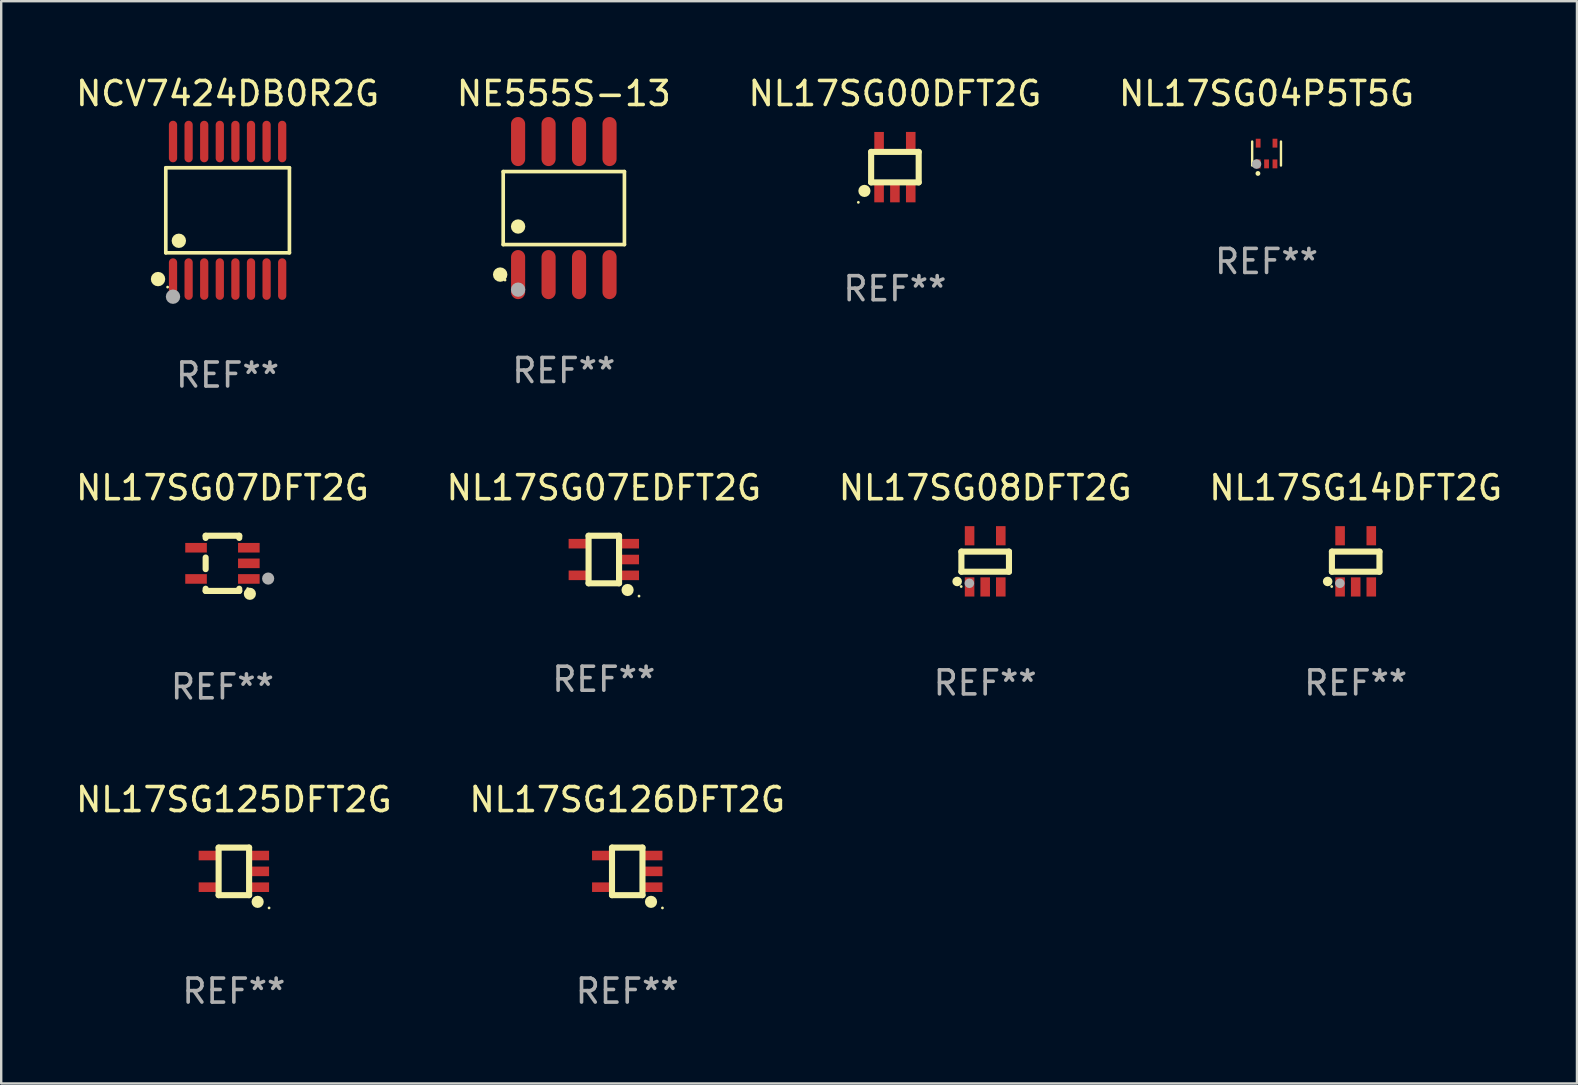
<source format=kicad_pcb>
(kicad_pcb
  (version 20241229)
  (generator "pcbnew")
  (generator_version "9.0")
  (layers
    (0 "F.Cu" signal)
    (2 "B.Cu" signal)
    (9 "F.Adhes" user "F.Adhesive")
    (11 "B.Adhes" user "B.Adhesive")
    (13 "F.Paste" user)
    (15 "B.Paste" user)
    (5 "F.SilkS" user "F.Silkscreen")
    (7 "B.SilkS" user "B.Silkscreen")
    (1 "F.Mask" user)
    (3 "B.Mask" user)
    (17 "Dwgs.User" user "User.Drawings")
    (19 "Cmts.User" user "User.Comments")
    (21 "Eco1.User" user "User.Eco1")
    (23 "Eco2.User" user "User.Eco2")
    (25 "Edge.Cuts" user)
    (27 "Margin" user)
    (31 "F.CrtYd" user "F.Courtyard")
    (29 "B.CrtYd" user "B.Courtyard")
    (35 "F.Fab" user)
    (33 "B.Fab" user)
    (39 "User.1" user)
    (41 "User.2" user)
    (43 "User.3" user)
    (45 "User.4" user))
  (footprint "NL17SG07EDFT2G"
    (layer "F.Cu")
    (at 22.113 20.267)
    (property "Reference" "NL17SG07EDFT2G" (at 0 -2.991 0) (layer "F.SilkS") (effects (font (size 1 1) (thickness 0.15))))
    (attr through_hole)
    (fp_line (start -0.635 -0.991) (end 0.635 -0.991) (stroke (width 0.254) (type solid)) (layer "F.SilkS"))
    (fp_line (start -0.635 0.991) (end -0.635 -0.991) (stroke (width 0.254) (type solid)) (layer "F.SilkS"))
    (fp_line (start 0.635 -0.991) (end 0.635 0.991) (stroke (width 0.254) (type solid)) (layer "F.SilkS"))
    (fp_line (start 0.635 0.991) (end -0.635 0.991) (stroke (width 0.254) (type solid)) (layer "F.SilkS"))
    (fp_circle (center 0.991 1.27) (end 1.118 1.27) (stroke (width 0.254) (type solid)) (fill no) (layer "F.SilkS"))
    (fp_circle (center 1.467 1.524) (end 1.497 1.524) (stroke (width 0.06) (type solid)) (fill no) (layer "F.SilkS"))
    (fp_text user "REF**" (at 0 4.991 0) (layer "F.Fab") (effects (font (size 1 1) (thickness 0.15))))
    (pad "1" smd rect (at 1.067 0.66 180) (size 0.8 0.399) (layers "F.Cu" "F.Mask" "F.Paste"))
    (pad "2" smd rect (at 1.067 0 180) (size 0.8 0.399) (layers "F.Cu" "F.Mask" "F.Paste"))
    (pad "3" smd rect (at 1.067 -0.66 180) (size 0.8 0.399) (layers "F.Cu" "F.Mask" "F.Paste"))
    (pad "4" smd rect (at -1.067 -0.66 180) (size 0.8 0.399) (layers "F.Cu" "F.Mask" "F.Paste"))
    (pad "5" smd rect (at -1.066 0.659 180) (size 0.8 0.399) (layers "F.Cu" "F.Mask" "F.Paste")))
  (footprint "NE555S-13"
    (layer "F.Cu")
    (at 20.446 5.621)
    (property "Reference" "NE555S-13" (at 0 -4.772 0) (layer "F.SilkS") (effects (font (size 1 1) (thickness 0.15))))
    (attr through_hole)
    (fp_line (start -2.526 -1.521) (end 2.526 -1.521) (stroke (width 0.152) (type solid)) (layer "F.SilkS"))
    (fp_line (start -2.526 1.521) (end -2.526 -1.521) (stroke (width 0.152) (type solid)) (layer "F.SilkS"))
    (fp_line (start 2.526 -1.521) (end 2.526 1.521) (stroke (width 0.152) (type solid)) (layer "F.SilkS"))
    (fp_line (start 2.526 1.521) (end -2.526 1.521) (stroke (width 0.152) (type solid)) (layer "F.SilkS"))
    (fp_circle (center -2.652 2.772) (end -2.501 2.772) (stroke (width 0.3) (type solid)) (fill no) (layer "F.SilkS"))
    (fp_circle (center -2.45 3) (end -2.42 3) (stroke (width 0.06) (type solid)) (fill no) (layer "F.SilkS"))
    (fp_circle (center -1.905 0.769) (end -1.755 0.769) (stroke (width 0.3) (type solid)) (fill no) (layer "F.SilkS"))
    (fp_circle (center -1.905 3.4) (end -1.755 3.4) (stroke (width 0.3) (type solid)) (fill no) (layer "F.Fab"))
    (fp_text user "REF**" (at 0 6.772 0) (layer "F.Fab") (effects (font (size 1 1) (thickness 0.15))))
    (pad "1" smd oval (at -1.905 2.772) (size 0.588 2.045) (layers "F.Cu" "F.Mask" "F.Paste"))
    (pad "2" smd oval (at -0.635 2.772) (size 0.588 2.045) (layers "F.Cu" "F.Mask" "F.Paste"))
    (pad "3" smd oval (at 0.635 2.772) (size 0.588 2.045) (layers "F.Cu" "F.Mask" "F.Paste"))
    (pad "4" smd oval (at 1.905 2.772) (size 0.588 2.045) (layers "F.Cu" "F.Mask" "F.Paste"))
    (pad "5" smd oval (at 1.905 -2.772) (size 0.588 2.045) (layers "F.Cu" "F.Mask" "F.Paste"))
    (pad "6" smd oval (at 0.635 -2.772) (size 0.588 2.045) (layers "F.Cu" "F.Mask" "F.Paste"))
    (pad "7" smd oval (at -0.635 -2.772) (size 0.588 2.045) (layers "F.Cu" "F.Mask" "F.Paste"))
    (pad "8" smd oval (at -1.905 -2.772) (size 0.588 2.045) (layers "F.Cu" "F.Mask" "F.Paste")))
  (footprint "NCV7424DB0R2G"
    (layer "F.Cu")
    (at 6.435 5.714)
    (property "Reference" "NCV7424DB0R2G" (at 0 -4.866 0) (layer "F.SilkS") (effects (font (size 1 1) (thickness 0.15))))
    (attr through_hole)
    (fp_line (start -2.576 -1.772) (end 2.576 -1.772) (stroke (width 0.152) (type solid)) (layer "F.SilkS"))
    (fp_line (start -2.576 1.771) (end -2.576 -1.772) (stroke (width 0.152) (type solid)) (layer "F.SilkS"))
    (fp_line (start 2.576 -1.772) (end 2.576 1.771) (stroke (width 0.152) (type solid)) (layer "F.SilkS"))
    (fp_line (start 2.576 1.771) (end -2.576 1.771) (stroke (width 0.152) (type solid)) (layer "F.SilkS"))
    (fp_circle (center -2.899 2.866) (end -2.749 2.866) (stroke (width 0.3) (type solid)) (fill no) (layer "F.SilkS"))
    (fp_circle (center -2.5 3.2) (end -2.47 3.2) (stroke (width 0.06) (type solid)) (fill no) (layer "F.SilkS"))
    (fp_circle (center -2.032 1.27) (end -1.882 1.27) (stroke (width 0.3) (type solid)) (fill no) (layer "F.SilkS"))
    (fp_circle (center -2.275 3.6) (end -2.125 3.6) (stroke (width 0.3) (type solid)) (fill no) (layer "F.Fab"))
    (fp_text user "REF**" (at 0 6.866 0) (layer "F.Fab") (effects (font (size 1 1) (thickness 0.15))))
    (pad "1" smd oval (at -2.275 2.866) (size 0.343 1.731) (layers "F.Cu" "F.Mask" "F.Paste"))
    (pad "2" smd oval (at -1.625 2.866) (size 0.343 1.731) (layers "F.Cu" "F.Mask" "F.Paste"))
    (pad "3" smd oval (at -0.975 2.866) (size 0.343 1.731) (layers "F.Cu" "F.Mask" "F.Paste"))
    (pad "4" smd oval (at -0.325 2.866) (size 0.343 1.731) (layers "F.Cu" "F.Mask" "F.Paste"))
    (pad "5" smd oval (at 0.325 2.866) (size 0.343 1.731) (layers "F.Cu" "F.Mask" "F.Paste"))
    (pad "6" smd oval (at 0.975 2.866) (size 0.343 1.731) (layers "F.Cu" "F.Mask" "F.Paste"))
    (pad "7" smd oval (at 1.625 2.866) (size 0.343 1.731) (layers "F.Cu" "F.Mask" "F.Paste"))
    (pad "8" smd oval (at 2.275 2.866) (size 0.343 1.731) (layers "F.Cu" "F.Mask" "F.Paste"))
    (pad "9" smd oval (at 2.275 -2.866) (size 0.343 1.731) (layers "F.Cu" "F.Mask" "F.Paste"))
    (pad "10" smd oval (at 1.625 -2.866) (size 0.343 1.731) (layers "F.Cu" "F.Mask" "F.Paste"))
    (pad "11" smd oval (at 0.975 -2.866) (size 0.343 1.731) (layers "F.Cu" "F.Mask" "F.Paste"))
    (pad "12" smd oval (at 0.325 -2.866) (size 0.343 1.731) (layers "F.Cu" "F.Mask" "F.Paste"))
    (pad "13" smd oval (at -0.325 -2.866) (size 0.343 1.731) (layers "F.Cu" "F.Mask" "F.Paste"))
    (pad "14" smd oval (at -0.975 -2.866) (size 0.343 1.731) (layers "F.Cu" "F.Mask" "F.Paste"))
    (pad "15" smd oval (at -1.625 -2.866) (size 0.343 1.731) (layers "F.Cu" "F.Mask" "F.Paste"))
    (pad "16" smd oval (at -2.275 -2.866) (size 0.343 1.731) (layers "F.Cu" "F.Mask" "F.Paste")))
  (footprint "NL17SG04P5T5G"
    (layer "F.Cu")
    (at 49.732 3.348)
    (property "Reference" "NL17SG04P5T5G" (at 0 -2.5 0) (layer "F.SilkS") (effects (font (size 1 1) (thickness 0.15))))
    (attr through_hole)
    (fp_line (start -0.6 -0.5) (end -0.6 0.5) (stroke (width 0.1) (type solid)) (layer "F.SilkS"))
    (fp_line (start 0.6 -0.5) (end 0.6 0.5) (stroke (width 0.1) (type solid)) (layer "F.SilkS"))
    (fp_circle (center -0.5 0.494) (end -0.47 0.494) (stroke (width 0.06) (type solid)) (fill no) (layer "F.SilkS"))
    (fp_circle (center -0.36 0.83) (end -0.309 0.83) (stroke (width 0.1) (type solid)) (fill no) (layer "F.SilkS"))
    (fp_circle (center -0.419 0.439) (end -0.319 0.439) (stroke (width 0.2) (type solid)) (fill no) (layer "F.Fab"))
    (fp_text user "REF**" (at 0 4.5 0) (layer "F.Fab") (effects (font (size 1 1) (thickness 0.15))))
    (pad "1" smd rect (at -0.35 0.432 180) (size 0.2 0.37) (layers "F.Cu" "F.Mask" "F.Paste"))
    (pad "2" smd rect (at 0 0.432 180) (size 0.2 0.37) (layers "F.Cu" "F.Mask" "F.Paste"))
    (pad "3" smd rect (at 0.35 0.432 180) (size 0.2 0.37) (layers "F.Cu" "F.Mask" "F.Paste"))
    (pad "4" smd rect (at 0.35 -0.432 180) (size 0.2 0.37) (layers "F.Cu" "F.Mask" "F.Paste"))
    (pad "5" smd rect (at -0.35 -0.432 180) (size 0.2 0.37) (layers "F.Cu" "F.Mask" "F.Paste")))
  (footprint "NL17SG125DFT2G"
    (layer "F.Cu")
    (at 6.696 33.263)
    (property "Reference" "NL17SG125DFT2G" (at 0 -2.991 0) (layer "F.SilkS") (effects (font (size 1 1) (thickness 0.15))))
    (attr through_hole)
    (fp_line (start -0.635 -0.991) (end 0.635 -0.991) (stroke (width 0.254) (type solid)) (layer "F.SilkS"))
    (fp_line (start -0.635 0.991) (end -0.635 -0.991) (stroke (width 0.254) (type solid)) (layer "F.SilkS"))
    (fp_line (start 0.635 -0.991) (end 0.635 0.991) (stroke (width 0.254) (type solid)) (layer "F.SilkS"))
    (fp_line (start 0.635 0.991) (end -0.635 0.991) (stroke (width 0.254) (type solid)) (layer "F.SilkS"))
    (fp_circle (center 0.991 1.27) (end 1.118 1.27) (stroke (width 0.254) (type solid)) (fill no) (layer "F.SilkS"))
    (fp_circle (center 1.467 1.524) (end 1.497 1.524) (stroke (width 0.06) (type solid)) (fill no) (layer "F.SilkS"))
    (fp_text user "REF**" (at 0 4.991 0) (layer "F.Fab") (effects (font (size 1 1) (thickness 0.15))))
    (pad "1" smd rect (at 1.067 0.66 180) (size 0.8 0.399) (layers "F.Cu" "F.Mask" "F.Paste"))
    (pad "2" smd rect (at 1.067 0 180) (size 0.8 0.399) (layers "F.Cu" "F.Mask" "F.Paste"))
    (pad "3" smd rect (at 1.067 -0.66 180) (size 0.8 0.399) (layers "F.Cu" "F.Mask" "F.Paste"))
    (pad "4" smd rect (at -1.067 -0.66 180) (size 0.8 0.399) (layers "F.Cu" "F.Mask" "F.Paste"))
    (pad "5" smd rect (at -1.066 0.659 180) (size 0.8 0.399) (layers "F.Cu" "F.Mask" "F.Paste")))
  (footprint "NL17SG126DFT2G"
    (layer "F.Cu")
    (at 23.089 33.263)
    (property "Reference" "NL17SG126DFT2G" (at 0 -2.991 0) (layer "F.SilkS") (effects (font (size 1 1) (thickness 0.15))))
    (attr through_hole)
    (fp_line (start -0.635 -0.991) (end 0.635 -0.991) (stroke (width 0.254) (type solid)) (layer "F.SilkS"))
    (fp_line (start -0.635 0.991) (end -0.635 -0.991) (stroke (width 0.254) (type solid)) (layer "F.SilkS"))
    (fp_line (start 0.635 -0.991) (end 0.635 0.991) (stroke (width 0.254) (type solid)) (layer "F.SilkS"))
    (fp_line (start 0.635 0.991) (end -0.635 0.991) (stroke (width 0.254) (type solid)) (layer "F.SilkS"))
    (fp_circle (center 0.991 1.27) (end 1.118 1.27) (stroke (width 0.254) (type solid)) (fill no) (layer "F.SilkS"))
    (fp_circle (center 1.467 1.524) (end 1.497 1.524) (stroke (width 0.06) (type solid)) (fill no) (layer "F.SilkS"))
    (fp_text user "REF**" (at 0 4.991 0) (layer "F.Fab") (effects (font (size 1 1) (thickness 0.15))))
    (pad "1" smd rect (at 1.067 0.66 180) (size 0.8 0.399) (layers "F.Cu" "F.Mask" "F.Paste"))
    (pad "2" smd rect (at 1.067 0 180) (size 0.8 0.399) (layers "F.Cu" "F.Mask" "F.Paste"))
    (pad "3" smd rect (at 1.067 -0.66 180) (size 0.8 0.399) (layers "F.Cu" "F.Mask" "F.Paste"))
    (pad "4" smd rect (at -1.067 -0.66 180) (size 0.8 0.399) (layers "F.Cu" "F.Mask" "F.Paste"))
    (pad "5" smd rect (at -1.066 0.659 180) (size 0.8 0.399) (layers "F.Cu" "F.Mask" "F.Paste")))
  (footprint "NL17SG00DFT2G"
    (layer "F.Cu")
    (at 34.244 3.915)
    (property "Reference" "NL17SG00DFT2G" (at 0 -3.067 0) (layer "F.SilkS") (effects (font (size 1 1) (thickness 0.15))))
    (attr through_hole)
    (fp_line (start -0.991 -0.635) (end 0.991 -0.635) (stroke (width 0.254) (type solid)) (layer "F.SilkS"))
    (fp_line (start -0.991 0.635) (end -0.991 -0.635) (stroke (width 0.254) (type solid)) (layer "F.SilkS"))
    (fp_line (start 0.991 -0.635) (end 0.991 0.635) (stroke (width 0.254) (type solid)) (layer "F.SilkS"))
    (fp_line (start 0.991 0.635) (end -0.991 0.635) (stroke (width 0.254) (type solid)) (layer "F.SilkS"))
    (fp_circle (center -1.524 1.467) (end -1.494 1.467) (stroke (width 0.06) (type solid)) (fill no) (layer "F.SilkS"))
    (fp_circle (center -1.27 0.991) (end -1.143 0.991) (stroke (width 0.254) (type solid)) (fill no) (layer "F.SilkS"))
    (fp_text user "REF**" (at 0 5.067 0) (layer "F.Fab") (effects (font (size 1 1) (thickness 0.15))))
    (pad "1" smd rect (at -0.66 1.067 90) (size 0.8 0.399) (layers "F.Cu" "F.Mask" "F.Paste"))
    (pad "2" smd rect (at 0 1.067 90) (size 0.8 0.399) (layers "F.Cu" "F.Mask" "F.Paste"))
    (pad "3" smd rect (at 0.66 1.067 90) (size 0.8 0.399) (layers "F.Cu" "F.Mask" "F.Paste"))
    (pad "4" smd rect (at 0.66 -1.067 90) (size 0.8 0.399) (layers "F.Cu" "F.Mask" "F.Paste"))
    (pad "5" smd rect (at -0.659 -1.066 90) (size 0.8 0.399) (layers "F.Cu" "F.Mask" "F.Paste")))
  (footprint "NL17SG08DFT2G"
    (layer "F.Cu")
    (at 38.006 20.343)
    (property "Reference" "NL17SG08DFT2G" (at 0 -3.067 0) (layer "F.SilkS") (effects (font (size 1 1) (thickness 0.15))))
    (attr through_hole)
    (fp_line (start -0.991 -0.406) (end 0.991 -0.406) (stroke (width 0.254) (type solid)) (layer "F.SilkS"))
    (fp_line (start -0.991 0.432) (end -0.991 -0.406) (stroke (width 0.254) (type solid)) (layer "F.SilkS"))
    (fp_line (start 0.991 -0.406) (end 0.991 0.432) (stroke (width 0.254) (type solid)) (layer "F.SilkS"))
    (fp_line (start 0.991 0.432) (end -0.991 0.432) (stroke (width 0.254) (type solid)) (layer "F.SilkS"))
    (fp_circle (center -1.168 0.838) (end -1.068 0.838) (stroke (width 0.2) (type solid)) (fill no) (layer "F.SilkS"))
    (fp_circle (center -1 1.05) (end -0.97 1.05) (stroke (width 0.06) (type solid)) (fill no) (layer "F.SilkS"))
    (fp_circle (center -0.66 0.914) (end -0.56 0.914) (stroke (width 0.2) (type solid)) (fill no) (layer "F.Fab"))
    (fp_text user "REF**" (at 0 5.067 0) (layer "F.Fab") (effects (font (size 1 1) (thickness 0.15))))
    (pad "1" smd rect (at -0.65 1.067 90) (size 0.8 0.399) (layers "F.Cu" "F.Mask" "F.Paste"))
    (pad "2" smd rect (at 0 1.067 90) (size 0.8 0.399) (layers "F.Cu" "F.Mask" "F.Paste"))
    (pad "3" smd rect (at 0.65 1.067 90) (size 0.8 0.399) (layers "F.Cu" "F.Mask" "F.Paste"))
    (pad "4" smd rect (at 0.65 -1.067 90) (size 0.8 0.399) (layers "F.Cu" "F.Mask" "F.Paste"))
    (pad "5" smd rect (at -0.65 -1.066 90) (size 0.8 0.399) (layers "F.Cu" "F.Mask" "F.Paste")))
  (footprint "NL17SG07DFT2G"
    (layer "F.Cu")
    (at 6.22 20.426)
    (property "Reference" "NL17SG07DFT2G" (at 0 -3.15 0) (layer "F.SilkS") (effects (font (size 1 1) (thickness 0.15))))
    (attr through_hole)
    (fp_line (start -0.7 -1.15) (end 0.7 -1.15) (stroke (width 0.254) (type solid)) (layer "F.SilkS"))
    (fp_line (start -0.7 -1.058) (end -0.7 -1.15) (stroke (width 0.254) (type solid)) (layer "F.SilkS"))
    (fp_line (start -0.7 0.242) (end -0.7 -0.242) (stroke (width 0.254) (type solid)) (layer "F.SilkS"))
    (fp_line (start -0.7 1.15) (end -0.7 1.058) (stroke (width 0.254) (type solid)) (layer "F.SilkS"))
    (fp_line (start -0.7 1.15) (end 0.7 1.15) (stroke (width 0.254) (type solid)) (layer "F.SilkS"))
    (fp_line (start 0.7 -1.058) (end 0.7 -1.15) (stroke (width 0.254) (type solid)) (layer "F.SilkS"))
    (fp_line (start 0.7 1.15) (end 0.7 1.058) (stroke (width 0.254) (type solid)) (layer "F.SilkS"))
    (fp_circle (center 1.053 1.052) (end 1.083 1.052) (stroke (width 0.06) (type solid)) (fill no) (layer "F.SilkS"))
    (fp_circle (center 1.143 1.27) (end 1.27 1.27) (stroke (width 0.254) (type solid)) (fill no) (layer "F.SilkS"))
    (fp_circle (center 1.905 0.635) (end 2.032 0.635) (stroke (width 0.254) (type solid)) (fill no) (layer "F.Fab"))
    (fp_text user "REF**" (at 0 5.15 0) (layer "F.Fab") (effects (font (size 1 1) (thickness 0.15))))
    (pad "1" smd rect (at 1.1 0.65 90) (size 0.4 0.9) (layers "F.Cu" "F.Mask" "F.Paste"))
    (pad "2" smd rect (at 1.1 0.000076 90) (size 0.4 0.9) (layers "F.Cu" "F.Mask" "F.Paste"))
    (pad "3" smd rect (at 1.1 -0.65 90) (size 0.4 0.9) (layers "F.Cu" "F.Mask" "F.Paste"))
    (pad "4" smd rect (at -1.1 -0.65 90) (size 0.4 0.9) (layers "F.Cu" "F.Mask" "F.Paste"))
    (pad "5" smd rect (at -1.1 0.65 90) (size 0.4 0.9) (layers "F.Cu" "F.Mask" "F.Paste")))
  (footprint "NL17SG14DFT2G"
    (layer "F.Cu")
    (at 53.446 20.343)
    (property "Reference" "NL17SG14DFT2G" (at 0 -3.067 0) (layer "F.SilkS") (effects (font (size 1 1) (thickness 0.15))))
    (attr through_hole)
    (fp_line (start -0.991 -0.406) (end 0.991 -0.406) (stroke (width 0.254) (type solid)) (layer "F.SilkS"))
    (fp_line (start -0.991 0.432) (end -0.991 -0.406) (stroke (width 0.254) (type solid)) (layer "F.SilkS"))
    (fp_line (start 0.991 -0.406) (end 0.991 0.432) (stroke (width 0.254) (type solid)) (layer "F.SilkS"))
    (fp_line (start 0.991 0.432) (end -0.991 0.432) (stroke (width 0.254) (type solid)) (layer "F.SilkS"))
    (fp_circle (center -1.168 0.838) (end -1.068 0.838) (stroke (width 0.2) (type solid)) (fill no) (layer "F.SilkS"))
    (fp_circle (center -1 1.05) (end -0.97 1.05) (stroke (width 0.06) (type solid)) (fill no) (layer "F.SilkS"))
    (fp_circle (center -0.66 0.914) (end -0.56 0.914) (stroke (width 0.2) (type solid)) (fill no) (layer "F.Fab"))
    (fp_text user "REF**" (at 0 5.067 0) (layer "F.Fab") (effects (font (size 1 1) (thickness 0.15))))
    (pad "1" smd rect (at -0.65 1.067 90) (size 0.8 0.399) (layers "F.Cu" "F.Mask" "F.Paste"))
    (pad "2" smd rect (at 0 1.067 90) (size 0.8 0.399) (layers "F.Cu" "F.Mask" "F.Paste"))
    (pad "3" smd rect (at 0.65 1.067 90) (size 0.8 0.399) (layers "F.Cu" "F.Mask" "F.Paste"))
    (pad "4" smd rect (at 0.65 -1.067 90) (size 0.8 0.399) (layers "F.Cu" "F.Mask" "F.Paste"))
    (pad "5" smd rect (at -0.65 -1.066 90) (size 0.8 0.399) (layers "F.Cu" "F.Mask" "F.Paste")))
  (gr_rect
    (start -3 -3)
    (end 62.667 42.102)
    (stroke (width 0.1) (type default))
    (fill no)
    (layer "Edge.Cuts")))
</source>
